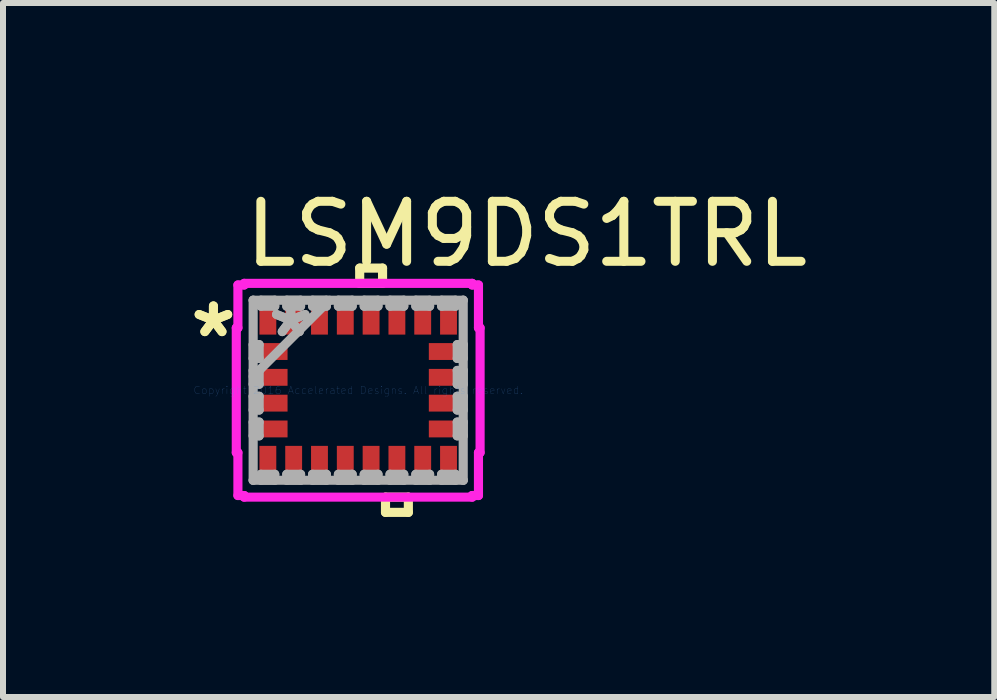
<source format=kicad_pcb>
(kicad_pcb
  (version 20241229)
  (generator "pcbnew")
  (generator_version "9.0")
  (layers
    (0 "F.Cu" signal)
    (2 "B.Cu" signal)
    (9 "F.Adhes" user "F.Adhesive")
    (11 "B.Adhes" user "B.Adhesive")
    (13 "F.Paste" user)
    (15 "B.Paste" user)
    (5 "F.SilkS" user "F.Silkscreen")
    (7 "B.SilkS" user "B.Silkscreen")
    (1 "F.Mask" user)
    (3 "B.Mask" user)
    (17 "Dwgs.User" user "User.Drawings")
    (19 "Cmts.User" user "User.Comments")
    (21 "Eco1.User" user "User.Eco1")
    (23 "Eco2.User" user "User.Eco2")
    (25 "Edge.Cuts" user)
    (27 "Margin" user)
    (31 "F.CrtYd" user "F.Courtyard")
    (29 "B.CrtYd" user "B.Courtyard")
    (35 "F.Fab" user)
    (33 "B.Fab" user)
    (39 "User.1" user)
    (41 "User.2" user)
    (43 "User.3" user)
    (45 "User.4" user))
  (footprint "LSM9DS1TRL"
    (layer "F.Cu")
    (at 2.918 3.452)
    (property "Reference" "LSM9DS1TRL" (at 2.807 -2.603 0) (layer "F.SilkS") (effects (font (size 1 1) (thickness 0.15))))
    (attr through_hole)
    (fp_line (start 0.025 -2.035) (end 0.406 -2.035) (stroke (width 0.152) (type solid)) (layer "F.SilkS"))
    (fp_line (start 0.025 -1.781) (end 0.025 -2.035) (stroke (width 0.152) (type solid)) (layer "F.SilkS"))
    (fp_line (start 0.406 -2.035) (end 0.406 -1.781) (stroke (width 0.152) (type solid)) (layer "F.SilkS"))
    (fp_line (start 0.406 -1.781) (end 0.025 -1.781) (stroke (width 0.152) (type solid)) (layer "F.SilkS"))
    (fp_line (start 0.455 1.781) (end 0.455 2.035) (stroke (width 0.152) (type solid)) (layer "F.SilkS"))
    (fp_line (start 0.455 2.035) (end 0.836 2.035) (stroke (width 0.152) (type solid)) (layer "F.SilkS"))
    (fp_line (start 0.836 1.781) (end 0.455 1.781) (stroke (width 0.152) (type solid)) (layer "F.SilkS"))
    (fp_line (start 0.836 2.035) (end 0.836 1.781) (stroke (width 0.152) (type solid)) (layer "F.SilkS"))
    (fp_line (start -2.031 -1.039) (end -2.004 -1.039) (stroke (width 0.152) (type solid)) (layer "F.CrtYd"))
    (fp_line (start -2.031 1.039) (end -2.031 -1.039) (stroke (width 0.152) (type solid)) (layer "F.CrtYd"))
    (fp_line (start -2.004 -1.754) (end -1.899 -1.754) (stroke (width 0.152) (type solid)) (layer "F.CrtYd"))
    (fp_line (start -2.004 -1.039) (end -2.004 -1.754) (stroke (width 0.152) (type solid)) (layer "F.CrtYd"))
    (fp_line (start -2.004 1.039) (end -2.031 1.039) (stroke (width 0.152) (type solid)) (layer "F.CrtYd"))
    (fp_line (start -2.004 1.754) (end -2.004 1.039) (stroke (width 0.152) (type solid)) (layer "F.CrtYd"))
    (fp_line (start -1.899 -1.781) (end 1.899 -1.781) (stroke (width 0.152) (type solid)) (layer "F.CrtYd"))
    (fp_line (start -1.899 -1.754) (end -1.899 -1.781) (stroke (width 0.152) (type solid)) (layer "F.CrtYd"))
    (fp_line (start -1.899 1.754) (end -2.004 1.754) (stroke (width 0.152) (type solid)) (layer "F.CrtYd"))
    (fp_line (start -1.899 1.781) (end -1.899 1.754) (stroke (width 0.152) (type solid)) (layer "F.CrtYd"))
    (fp_line (start 1.899 -1.781) (end 1.899 -1.754) (stroke (width 0.152) (type solid)) (layer "F.CrtYd"))
    (fp_line (start 1.899 -1.754) (end 2.004 -1.754) (stroke (width 0.152) (type solid)) (layer "F.CrtYd"))
    (fp_line (start 1.899 1.754) (end 1.899 1.781) (stroke (width 0.152) (type solid)) (layer "F.CrtYd"))
    (fp_line (start 1.899 1.781) (end -1.899 1.781) (stroke (width 0.152) (type solid)) (layer "F.CrtYd"))
    (fp_line (start 2.004 -1.754) (end 2.004 -1.039) (stroke (width 0.152) (type solid)) (layer "F.CrtYd"))
    (fp_line (start 2.004 -1.039) (end 2.031 -1.039) (stroke (width 0.152) (type solid)) (layer "F.CrtYd"))
    (fp_line (start 2.004 1.039) (end 2.004 1.754) (stroke (width 0.152) (type solid)) (layer "F.CrtYd"))
    (fp_line (start 2.004 1.754) (end 1.899 1.754) (stroke (width 0.152) (type solid)) (layer "F.CrtYd"))
    (fp_line (start 2.031 -1.039) (end 2.031 1.039) (stroke (width 0.152) (type solid)) (layer "F.CrtYd"))
    (fp_line (start 2.031 1.039) (end 2.004 1.039) (stroke (width 0.152) (type solid)) (layer "F.CrtYd"))
    (fp_line (start -1.75 -1.5) (end -1.75 -1.5) (stroke (width 0.152) (type solid)) (layer "F.Fab"))
    (fp_line (start -1.75 -1.5) (end -1.75 1.5) (stroke (width 0.152) (type solid)) (layer "F.Fab"))
    (fp_line (start -1.75 -0.76) (end -1.65 -0.76) (stroke (width 0.152) (type solid)) (layer "F.Fab"))
    (fp_line (start -1.75 -0.53) (end -1.75 -0.76) (stroke (width 0.152) (type solid)) (layer "F.Fab"))
    (fp_line (start -1.75 -0.33) (end -1.65 -0.33) (stroke (width 0.152) (type solid)) (layer "F.Fab"))
    (fp_line (start -1.75 -0.23) (end -0.48 -1.5) (stroke (width 0.152) (type solid)) (layer "F.Fab"))
    (fp_line (start -1.75 -0.1) (end -1.75 -0.33) (stroke (width 0.152) (type solid)) (layer "F.Fab"))
    (fp_line (start -1.75 0.1) (end -1.65 0.1) (stroke (width 0.152) (type solid)) (layer "F.Fab"))
    (fp_line (start -1.75 0.33) (end -1.75 0.1) (stroke (width 0.152) (type solid)) (layer "F.Fab"))
    (fp_line (start -1.75 0.53) (end -1.65 0.53) (stroke (width 0.152) (type solid)) (layer "F.Fab"))
    (fp_line (start -1.75 0.76) (end -1.75 0.53) (stroke (width 0.152) (type solid)) (layer "F.Fab"))
    (fp_line (start -1.75 1.5) (end -1.75 1.5) (stroke (width 0.152) (type solid)) (layer "F.Fab"))
    (fp_line (start -1.75 1.5) (end 1.75 1.5) (stroke (width 0.152) (type solid)) (layer "F.Fab"))
    (fp_line (start -1.65 -0.76) (end -1.65 -0.53) (stroke (width 0.152) (type solid)) (layer "F.Fab"))
    (fp_line (start -1.65 -0.53) (end -1.75 -0.53) (stroke (width 0.152) (type solid)) (layer "F.Fab"))
    (fp_line (start -1.65 -0.33) (end -1.65 -0.1) (stroke (width 0.152) (type solid)) (layer "F.Fab"))
    (fp_line (start -1.65 -0.1) (end -1.75 -0.1) (stroke (width 0.152) (type solid)) (layer "F.Fab"))
    (fp_line (start -1.65 0.1) (end -1.65 0.33) (stroke (width 0.152) (type solid)) (layer "F.Fab"))
    (fp_line (start -1.65 0.33) (end -1.75 0.33) (stroke (width 0.152) (type solid)) (layer "F.Fab"))
    (fp_line (start -1.65 0.53) (end -1.65 0.76) (stroke (width 0.152) (type solid)) (layer "F.Fab"))
    (fp_line (start -1.65 0.76) (end -1.75 0.76) (stroke (width 0.152) (type solid)) (layer "F.Fab"))
    (fp_line (start -1.62 -1.5) (end -1.39 -1.5) (stroke (width 0.152) (type solid)) (layer "F.Fab"))
    (fp_line (start -1.62 -1.4) (end -1.62 -1.5) (stroke (width 0.152) (type solid)) (layer "F.Fab"))
    (fp_line (start -1.62 1.4) (end -1.39 1.4) (stroke (width 0.152) (type solid)) (layer "F.Fab"))
    (fp_line (start -1.62 1.5) (end -1.62 1.4) (stroke (width 0.152) (type solid)) (layer "F.Fab"))
    (fp_line (start -1.39 -1.5) (end -1.39 -1.4) (stroke (width 0.152) (type solid)) (layer "F.Fab"))
    (fp_line (start -1.39 -1.4) (end -1.62 -1.4) (stroke (width 0.152) (type solid)) (layer "F.Fab"))
    (fp_line (start -1.39 1.4) (end -1.39 1.5) (stroke (width 0.152) (type solid)) (layer "F.Fab"))
    (fp_line (start -1.39 1.5) (end -1.62 1.5) (stroke (width 0.152) (type solid)) (layer "F.Fab"))
    (fp_line (start -1.19 -1.5) (end -0.96 -1.5) (stroke (width 0.152) (type solid)) (layer "F.Fab"))
    (fp_line (start -1.19 -1.4) (end -1.19 -1.5) (stroke (width 0.152) (type solid)) (layer "F.Fab"))
    (fp_line (start -1.19 1.4) (end -0.96 1.4) (stroke (width 0.152) (type solid)) (layer "F.Fab"))
    (fp_line (start -1.19 1.5) (end -1.19 1.4) (stroke (width 0.152) (type solid)) (layer "F.Fab"))
    (fp_line (start -0.96 -1.5) (end -0.96 -1.4) (stroke (width 0.152) (type solid)) (layer "F.Fab"))
    (fp_line (start -0.96 -1.4) (end -1.19 -1.4) (stroke (width 0.152) (type solid)) (layer "F.Fab"))
    (fp_line (start -0.96 1.4) (end -0.96 1.5) (stroke (width 0.152) (type solid)) (layer "F.Fab"))
    (fp_line (start -0.96 1.5) (end -1.19 1.5) (stroke (width 0.152) (type solid)) (layer "F.Fab"))
    (fp_line (start -0.76 -1.5) (end -0.53 -1.5) (stroke (width 0.152) (type solid)) (layer "F.Fab"))
    (fp_line (start -0.76 -1.4) (end -0.76 -1.5) (stroke (width 0.152) (type solid)) (layer "F.Fab"))
    (fp_line (start -0.76 1.4) (end -0.53 1.4) (stroke (width 0.152) (type solid)) (layer "F.Fab"))
    (fp_line (start -0.76 1.5) (end -0.76 1.4) (stroke (width 0.152) (type solid)) (layer "F.Fab"))
    (fp_line (start -0.53 -1.5) (end -0.53 -1.4) (stroke (width 0.152) (type solid)) (layer "F.Fab"))
    (fp_line (start -0.53 -1.4) (end -0.76 -1.4) (stroke (width 0.152) (type solid)) (layer "F.Fab"))
    (fp_line (start -0.53 1.4) (end -0.53 1.5) (stroke (width 0.152) (type solid)) (layer "F.Fab"))
    (fp_line (start -0.53 1.5) (end -0.76 1.5) (stroke (width 0.152) (type solid)) (layer "F.Fab"))
    (fp_line (start -0.33 -1.5) (end -0.1 -1.5) (stroke (width 0.152) (type solid)) (layer "F.Fab"))
    (fp_line (start -0.33 -1.4) (end -0.33 -1.5) (stroke (width 0.152) (type solid)) (layer "F.Fab"))
    (fp_line (start -0.33 1.4) (end -0.1 1.4) (stroke (width 0.152) (type solid)) (layer "F.Fab"))
    (fp_line (start -0.33 1.5) (end -0.33 1.4) (stroke (width 0.152) (type solid)) (layer "F.Fab"))
    (fp_line (start -0.1 -1.5) (end -0.1 -1.4) (stroke (width 0.152) (type solid)) (layer "F.Fab"))
    (fp_line (start -0.1 -1.4) (end -0.33 -1.4) (stroke (width 0.152) (type solid)) (layer "F.Fab"))
    (fp_line (start -0.1 1.4) (end -0.1 1.5) (stroke (width 0.152) (type solid)) (layer "F.Fab"))
    (fp_line (start -0.1 1.5) (end -0.33 1.5) (stroke (width 0.152) (type solid)) (layer "F.Fab"))
    (fp_line (start 0.1 -1.5) (end 0.33 -1.5) (stroke (width 0.152) (type solid)) (layer "F.Fab"))
    (fp_line (start 0.1 -1.4) (end 0.1 -1.5) (stroke (width 0.152) (type solid)) (layer "F.Fab"))
    (fp_line (start 0.1 1.4) (end 0.33 1.4) (stroke (width 0.152) (type solid)) (layer "F.Fab"))
    (fp_line (start 0.1 1.5) (end 0.1 1.4) (stroke (width 0.152) (type solid)) (layer "F.Fab"))
    (fp_line (start 0.33 -1.5) (end 0.33 -1.4) (stroke (width 0.152) (type solid)) (layer "F.Fab"))
    (fp_line (start 0.33 -1.4) (end 0.1 -1.4) (stroke (width 0.152) (type solid)) (layer "F.Fab"))
    (fp_line (start 0.33 1.4) (end 0.33 1.5) (stroke (width 0.152) (type solid)) (layer "F.Fab"))
    (fp_line (start 0.33 1.5) (end 0.1 1.5) (stroke (width 0.152) (type solid)) (layer "F.Fab"))
    (fp_line (start 0.53 -1.5) (end 0.76 -1.5) (stroke (width 0.152) (type solid)) (layer "F.Fab"))
    (fp_line (start 0.53 -1.4) (end 0.53 -1.5) (stroke (width 0.152) (type solid)) (layer "F.Fab"))
    (fp_line (start 0.53 1.4) (end 0.76 1.4) (stroke (width 0.152) (type solid)) (layer "F.Fab"))
    (fp_line (start 0.53 1.5) (end 0.53 1.4) (stroke (width 0.152) (type solid)) (layer "F.Fab"))
    (fp_line (start 0.76 -1.5) (end 0.76 -1.4) (stroke (width 0.152) (type solid)) (layer "F.Fab"))
    (fp_line (start 0.76 -1.4) (end 0.53 -1.4) (stroke (width 0.152) (type solid)) (layer "F.Fab"))
    (fp_line (start 0.76 1.4) (end 0.76 1.5) (stroke (width 0.152) (type solid)) (layer "F.Fab"))
    (fp_line (start 0.76 1.5) (end 0.53 1.5) (stroke (width 0.152) (type solid)) (layer "F.Fab"))
    (fp_line (start 0.96 -1.5) (end 1.19 -1.5) (stroke (width 0.152) (type solid)) (layer "F.Fab"))
    (fp_line (start 0.96 -1.4) (end 0.96 -1.5) (stroke (width 0.152) (type solid)) (layer "F.Fab"))
    (fp_line (start 0.96 1.4) (end 1.19 1.4) (stroke (width 0.152) (type solid)) (layer "F.Fab"))
    (fp_line (start 0.96 1.5) (end 0.96 1.4) (stroke (width 0.152) (type solid)) (layer "F.Fab"))
    (fp_line (start 1.19 -1.5) (end 1.19 -1.4) (stroke (width 0.152) (type solid)) (layer "F.Fab"))
    (fp_line (start 1.19 -1.4) (end 0.96 -1.4) (stroke (width 0.152) (type solid)) (layer "F.Fab"))
    (fp_line (start 1.19 1.4) (end 1.19 1.5) (stroke (width 0.152) (type solid)) (layer "F.Fab"))
    (fp_line (start 1.19 1.5) (end 0.96 1.5) (stroke (width 0.152) (type solid)) (layer "F.Fab"))
    (fp_line (start 1.39 -1.5) (end 1.62 -1.5) (stroke (width 0.152) (type solid)) (layer "F.Fab"))
    (fp_line (start 1.39 -1.4) (end 1.39 -1.5) (stroke (width 0.152) (type solid)) (layer "F.Fab"))
    (fp_line (start 1.39 1.4) (end 1.62 1.4) (stroke (width 0.152) (type solid)) (layer "F.Fab"))
    (fp_line (start 1.39 1.5) (end 1.39 1.4) (stroke (width 0.152) (type solid)) (layer "F.Fab"))
    (fp_line (start 1.62 -1.5) (end 1.62 -1.4) (stroke (width 0.152) (type solid)) (layer "F.Fab"))
    (fp_line (start 1.62 -1.4) (end 1.39 -1.4) (stroke (width 0.152) (type solid)) (layer "F.Fab"))
    (fp_line (start 1.62 1.4) (end 1.62 1.5) (stroke (width 0.152) (type solid)) (layer "F.Fab"))
    (fp_line (start 1.62 1.5) (end 1.39 1.5) (stroke (width 0.152) (type solid)) (layer "F.Fab"))
    (fp_line (start 1.65 -0.76) (end 1.75 -0.76) (stroke (width 0.152) (type solid)) (layer "F.Fab"))
    (fp_line (start 1.65 -0.53) (end 1.65 -0.76) (stroke (width 0.152) (type solid)) (layer "F.Fab"))
    (fp_line (start 1.65 -0.33) (end 1.75 -0.33) (stroke (width 0.152) (type solid)) (layer "F.Fab"))
    (fp_line (start 1.65 -0.1) (end 1.65 -0.33) (stroke (width 0.152) (type solid)) (layer "F.Fab"))
    (fp_line (start 1.65 0.1) (end 1.75 0.1) (stroke (width 0.152) (type solid)) (layer "F.Fab"))
    (fp_line (start 1.65 0.33) (end 1.65 0.1) (stroke (width 0.152) (type solid)) (layer "F.Fab"))
    (fp_line (start 1.65 0.53) (end 1.75 0.53) (stroke (width 0.152) (type solid)) (layer "F.Fab"))
    (fp_line (start 1.65 0.76) (end 1.65 0.53) (stroke (width 0.152) (type solid)) (layer "F.Fab"))
    (fp_line (start 1.75 -1.5) (end -1.75 -1.5) (stroke (width 0.152) (type solid)) (layer "F.Fab"))
    (fp_line (start 1.75 -1.5) (end 1.75 -1.5) (stroke (width 0.152) (type solid)) (layer "F.Fab"))
    (fp_line (start 1.75 -0.76) (end 1.75 -0.53) (stroke (width 0.152) (type solid)) (layer "F.Fab"))
    (fp_line (start 1.75 -0.53) (end 1.65 -0.53) (stroke (width 0.152) (type solid)) (layer "F.Fab"))
    (fp_line (start 1.75 -0.33) (end 1.75 -0.1) (stroke (width 0.152) (type solid)) (layer "F.Fab"))
    (fp_line (start 1.75 -0.1) (end 1.65 -0.1) (stroke (width 0.152) (type solid)) (layer "F.Fab"))
    (fp_line (start 1.75 0.1) (end 1.75 0.33) (stroke (width 0.152) (type solid)) (layer "F.Fab"))
    (fp_line (start 1.75 0.33) (end 1.65 0.33) (stroke (width 0.152) (type solid)) (layer "F.Fab"))
    (fp_line (start 1.75 0.53) (end 1.75 0.76) (stroke (width 0.152) (type solid)) (layer "F.Fab"))
    (fp_line (start 1.75 0.76) (end 1.65 0.76) (stroke (width 0.152) (type solid)) (layer "F.Fab"))
    (fp_line (start 1.75 1.5) (end 1.75 -1.5) (stroke (width 0.152) (type solid)) (layer "F.Fab"))
    (fp_line (start 1.75 1.5) (end 1.75 1.5) (stroke (width 0.152) (type solid)) (layer "F.Fab"))
    (fp_text user "*" (at -2.412 -0.86 0) (layer "F.SilkS") (effects (font (size 1 1) (thickness 0.15))))
    (fp_text user "*" (at -2.412 -0.86 0) (layer "F.SilkS") (effects (font (size 1 1) (thickness 0.15))))
    (fp_text user "Copyright 2016 Accelerated Designs. All rights reserved." (at 0 0 0) (layer "Cmts.User") (effects (font (size 0.127 0.127) (thickness 0.002))))
    (fp_text user "*" (at -1.123 -0.86 0) (layer "F.Fab") (effects (font (size 1 1) (thickness 0.15))))
    (fp_text user "*" (at -1.123 -0.86 0) (layer "F.Fab") (effects (font (size 1 1) (thickness 0.15))))
    (pad "1" smd rect (at -1.505 -1.227) (size 0.281 0.6) (layers "F.Cu" "F.Mask" "F.Paste"))
    (pad "2" smd rect (at -1.477 -0.645 90) (size 0.281 0.6) (layers "F.Cu" "F.Mask" "F.Paste"))
    (pad "3" smd rect (at -1.477 -0.215 90) (size 0.281 0.6) (layers "F.Cu" "F.Mask" "F.Paste"))
    (pad "4" smd rect (at -1.477 0.215 90) (size 0.281 0.6) (layers "F.Cu" "F.Mask" "F.Paste"))
    (pad "5" smd rect (at -1.477 0.645 90) (size 0.281 0.6) (layers "F.Cu" "F.Mask" "F.Paste"))
    (pad "6" smd rect (at -1.505 1.227) (size 0.281 0.6) (layers "F.Cu" "F.Mask" "F.Paste"))
    (pad "7" smd rect (at -1.075 1.227) (size 0.281 0.6) (layers "F.Cu" "F.Mask" "F.Paste"))
    (pad "8" smd rect (at -0.645 1.227) (size 0.281 0.6) (layers "F.Cu" "F.Mask" "F.Paste"))
    (pad "9" smd rect (at -0.215 1.227) (size 0.281 0.6) (layers "F.Cu" "F.Mask" "F.Paste"))
    (pad "10" smd rect (at 0.215 1.227) (size 0.281 0.6) (layers "F.Cu" "F.Mask" "F.Paste"))
    (pad "11" smd rect (at 0.645 1.227) (size 0.281 0.6) (layers "F.Cu" "F.Mask" "F.Paste"))
    (pad "12" smd rect (at 1.075 1.227) (size 0.281 0.6) (layers "F.Cu" "F.Mask" "F.Paste"))
    (pad "13" smd rect (at 1.505 1.227) (size 0.281 0.6) (layers "F.Cu" "F.Mask" "F.Paste"))
    (pad "14" smd rect (at 1.477 0.645 90) (size 0.281 0.6) (layers "F.Cu" "F.Mask" "F.Paste"))
    (pad "15" smd rect (at 1.477 0.215 90) (size 0.281 0.6) (layers "F.Cu" "F.Mask" "F.Paste"))
    (pad "16" smd rect (at 1.477 -0.215 90) (size 0.281 0.6) (layers "F.Cu" "F.Mask" "F.Paste"))
    (pad "17" smd rect (at 1.477 -0.645 90) (size 0.281 0.6) (layers "F.Cu" "F.Mask" "F.Paste"))
    (pad "18" smd rect (at 1.505 -1.227) (size 0.281 0.6) (layers "F.Cu" "F.Mask" "F.Paste"))
    (pad "19" smd rect (at 1.075 -1.227) (size 0.281 0.6) (layers "F.Cu" "F.Mask" "F.Paste"))
    (pad "20" smd rect (at 0.645 -1.227) (size 0.281 0.6) (layers "F.Cu" "F.Mask" "F.Paste"))
    (pad "21" smd rect (at 0.215 -1.227) (size 0.281 0.6) (layers "F.Cu" "F.Mask" "F.Paste"))
    (pad "22" smd rect (at -0.215 -1.227) (size 0.281 0.6) (layers "F.Cu" "F.Mask" "F.Paste"))
    (pad "23" smd rect (at -0.645 -1.227) (size 0.281 0.6) (layers "F.Cu" "F.Mask" "F.Paste"))
    (pad "24" smd rect (at -1.075 -1.227) (size 0.281 0.6) (layers "F.Cu" "F.Mask" "F.Paste")))
  (gr_rect
    (start -3 -3)
    (end 13.516 8.563)
    (stroke (width 0.1) (type default))
    (fill no)
    (layer "Edge.Cuts")))
</source>
